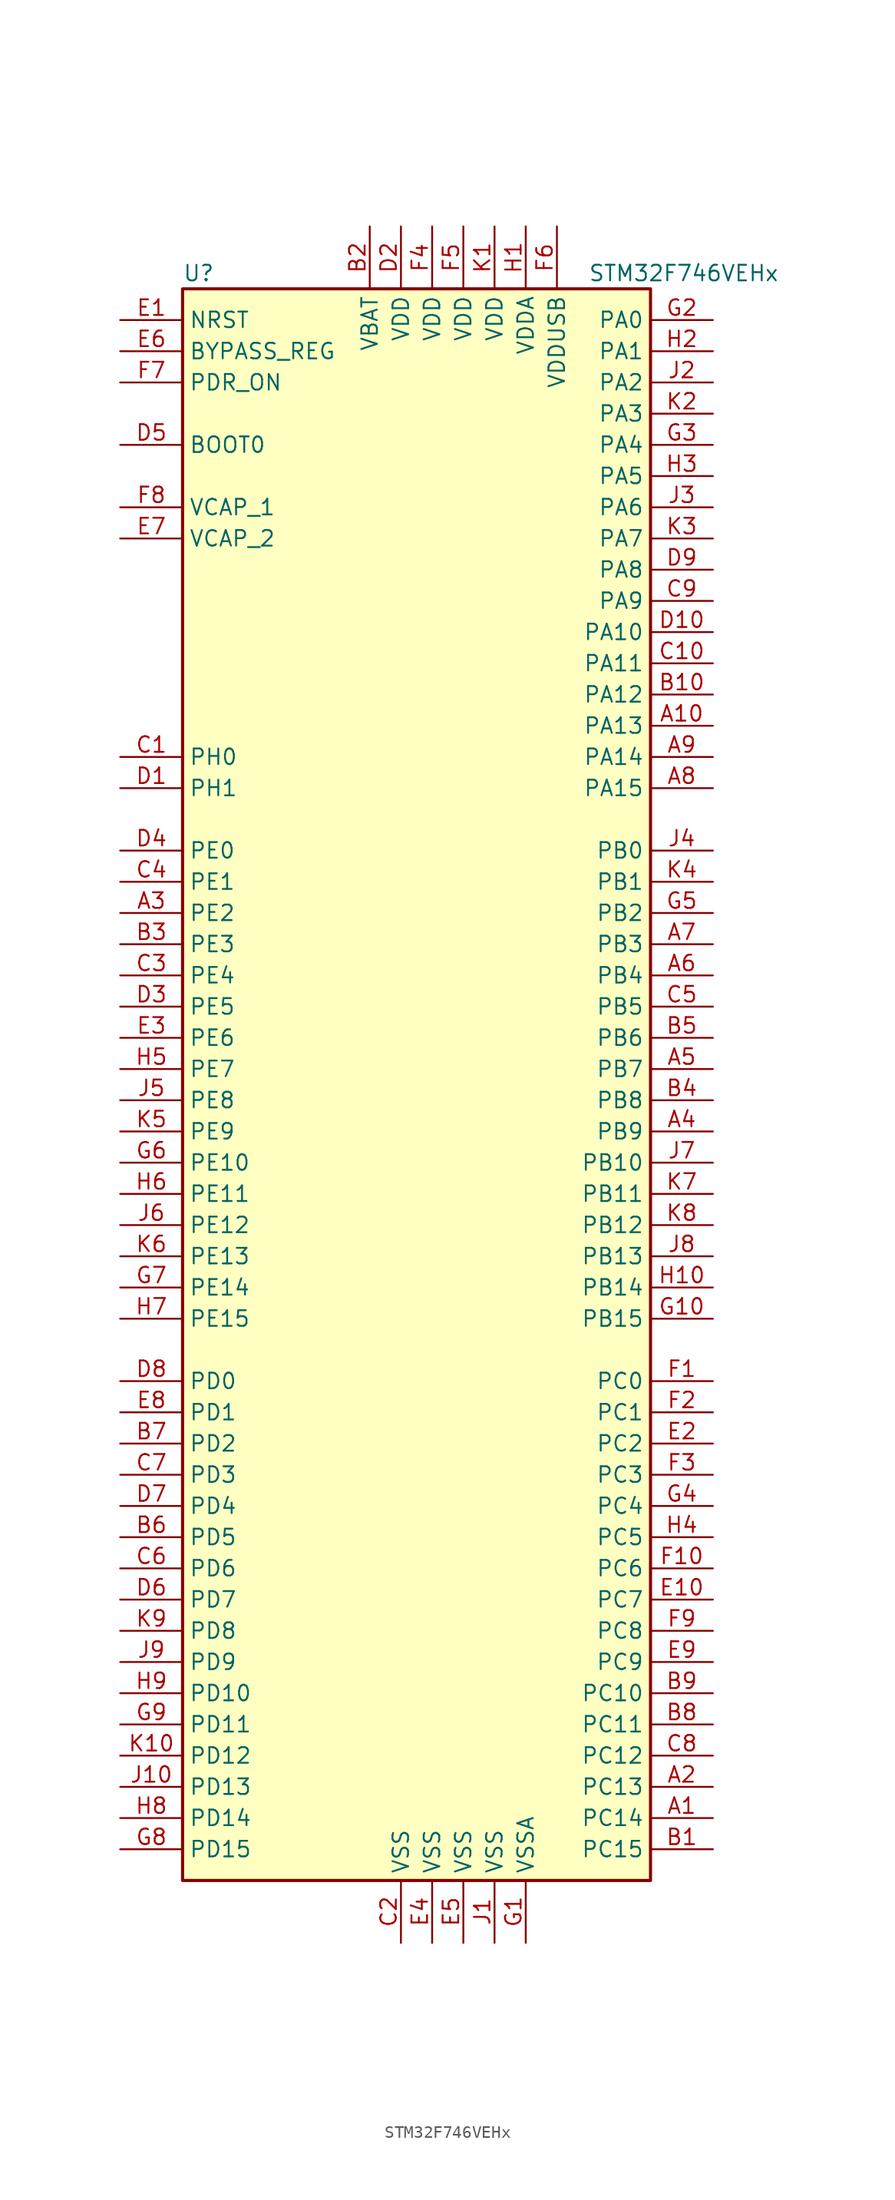
<source format=kicad_sym>
(kicad_symbol_lib
  (version 20201005)
  (generator kicad_symbol_editor)
  (symbol "STM32F746VEHx"
    (property "Reference" "U"
      (at -20.32 64.77 0)
      (effects (font (size 1.27 1.27)) (justify left)))
    (property "Value" "STM32F746VEHx"
      (at 12.7 64.77 0)
      (effects (font (size 1.27 1.27)) (justify left)))
    (symbol "STM32F746VEHx_0_1"
      (rectangle (start -20.32 -66.04) (end 17.78 63.5) (stroke (width 0.254)) (fill (type background))))
    (symbol "STM32F746VEHx_1_1"
      (pin input line (at -25.4 50.8 0) (length 5.08) (name "BOOT0" (effects (font (size 1.27 1.27)))) (number "D5" (effects (font (size 1.27 1.27)))))
      (pin input line (at -25.4 58.42 0) (length 5.08) (name "BYPASS_REG" (effects (font (size 1.27 1.27)))) (number "E6" (effects (font (size 1.27 1.27)))))
      (pin input line (at -25.4 60.96 0) (length 5.08) (name "NRST" (effects (font (size 1.27 1.27)))) (number "E1" (effects (font (size 1.27 1.27)))))
      (pin bidirectional line (at 22.86 60.96 180) (length 5.08) (name "PA0" (effects (font (size 1.27 1.27)))) (number "G2" (effects (font (size 1.27 1.27)))))
      (pin bidirectional line (at 22.86 58.42 180) (length 5.08) (name "PA1" (effects (font (size 1.27 1.27)))) (number "H2" (effects (font (size 1.27 1.27)))))
      (pin bidirectional line (at 22.86 35.56 180) (length 5.08) (name "PA10" (effects (font (size 1.27 1.27)))) (number "D10" (effects (font (size 1.27 1.27)))))
      (pin bidirectional line (at 22.86 33.02 180) (length 5.08) (name "PA11" (effects (font (size 1.27 1.27)))) (number "C10" (effects (font (size 1.27 1.27)))))
      (pin bidirectional line (at 22.86 30.48 180) (length 5.08) (name "PA12" (effects (font (size 1.27 1.27)))) (number "B10" (effects (font (size 1.27 1.27)))))
      (pin bidirectional line (at 22.86 27.94 180) (length 5.08) (name "PA13" (effects (font (size 1.27 1.27)))) (number "A10" (effects (font (size 1.27 1.27)))))
      (pin bidirectional line (at 22.86 25.4 180) (length 5.08) (name "PA14" (effects (font (size 1.27 1.27)))) (number "A9" (effects (font (size 1.27 1.27)))))
      (pin bidirectional line (at 22.86 22.86 180) (length 5.08) (name "PA15" (effects (font (size 1.27 1.27)))) (number "A8" (effects (font (size 1.27 1.27)))))
      (pin bidirectional line (at 22.86 55.88 180) (length 5.08) (name "PA2" (effects (font (size 1.27 1.27)))) (number "J2" (effects (font (size 1.27 1.27)))))
      (pin bidirectional line (at 22.86 53.34 180) (length 5.08) (name "PA3" (effects (font (size 1.27 1.27)))) (number "K2" (effects (font (size 1.27 1.27)))))
      (pin bidirectional line (at 22.86 50.8 180) (length 5.08) (name "PA4" (effects (font (size 1.27 1.27)))) (number "G3" (effects (font (size 1.27 1.27)))))
      (pin bidirectional line (at 22.86 48.26 180) (length 5.08) (name "PA5" (effects (font (size 1.27 1.27)))) (number "H3" (effects (font (size 1.27 1.27)))))
      (pin bidirectional line (at 22.86 45.72 180) (length 5.08) (name "PA6" (effects (font (size 1.27 1.27)))) (number "J3" (effects (font (size 1.27 1.27)))))
      (pin bidirectional line (at 22.86 43.18 180) (length 5.08) (name "PA7" (effects (font (size 1.27 1.27)))) (number "K3" (effects (font (size 1.27 1.27)))))
      (pin bidirectional line (at 22.86 40.64 180) (length 5.08) (name "PA8" (effects (font (size 1.27 1.27)))) (number "D9" (effects (font (size 1.27 1.27)))))
      (pin bidirectional line (at 22.86 38.1 180) (length 5.08) (name "PA9" (effects (font (size 1.27 1.27)))) (number "C9" (effects (font (size 1.27 1.27)))))
      (pin bidirectional line (at 22.86 17.78 180) (length 5.08) (name "PB0" (effects (font (size 1.27 1.27)))) (number "J4" (effects (font (size 1.27 1.27)))))
      (pin bidirectional line (at 22.86 15.24 180) (length 5.08) (name "PB1" (effects (font (size 1.27 1.27)))) (number "K4" (effects (font (size 1.27 1.27)))))
      (pin bidirectional line (at 22.86 -7.62 180) (length 5.08) (name "PB10" (effects (font (size 1.27 1.27)))) (number "J7" (effects (font (size 1.27 1.27)))))
      (pin bidirectional line (at 22.86 -10.16 180) (length 5.08) (name "PB11" (effects (font (size 1.27 1.27)))) (number "K7" (effects (font (size 1.27 1.27)))))
      (pin bidirectional line (at 22.86 -12.7 180) (length 5.08) (name "PB12" (effects (font (size 1.27 1.27)))) (number "K8" (effects (font (size 1.27 1.27)))))
      (pin bidirectional line (at 22.86 -15.24 180) (length 5.08) (name "PB13" (effects (font (size 1.27 1.27)))) (number "J8" (effects (font (size 1.27 1.27)))))
      (pin bidirectional line (at 22.86 -17.78 180) (length 5.08) (name "PB14" (effects (font (size 1.27 1.27)))) (number "H10" (effects (font (size 1.27 1.27)))))
      (pin bidirectional line (at 22.86 -20.32 180) (length 5.08) (name "PB15" (effects (font (size 1.27 1.27)))) (number "G10" (effects (font (size 1.27 1.27)))))
      (pin bidirectional line (at 22.86 12.7 180) (length 5.08) (name "PB2" (effects (font (size 1.27 1.27)))) (number "G5" (effects (font (size 1.27 1.27)))))
      (pin bidirectional line (at 22.86 10.16 180) (length 5.08) (name "PB3" (effects (font (size 1.27 1.27)))) (number "A7" (effects (font (size 1.27 1.27)))))
      (pin bidirectional line (at 22.86 7.62 180) (length 5.08) (name "PB4" (effects (font (size 1.27 1.27)))) (number "A6" (effects (font (size 1.27 1.27)))))
      (pin bidirectional line (at 22.86 5.08 180) (length 5.08) (name "PB5" (effects (font (size 1.27 1.27)))) (number "C5" (effects (font (size 1.27 1.27)))))
      (pin bidirectional line (at 22.86 2.54 180) (length 5.08) (name "PB6" (effects (font (size 1.27 1.27)))) (number "B5" (effects (font (size 1.27 1.27)))))
      (pin bidirectional line (at 22.86 0 180) (length 5.08) (name "PB7" (effects (font (size 1.27 1.27)))) (number "A5" (effects (font (size 1.27 1.27)))))
      (pin bidirectional line (at 22.86 -2.54 180) (length 5.08) (name "PB8" (effects (font (size 1.27 1.27)))) (number "B4" (effects (font (size 1.27 1.27)))))
      (pin bidirectional line (at 22.86 -5.08 180) (length 5.08) (name "PB9" (effects (font (size 1.27 1.27)))) (number "A4" (effects (font (size 1.27 1.27)))))
      (pin bidirectional line (at 22.86 -25.4 180) (length 5.08) (name "PC0" (effects (font (size 1.27 1.27)))) (number "F1" (effects (font (size 1.27 1.27)))))
      (pin bidirectional line (at 22.86 -27.94 180) (length 5.08) (name "PC1" (effects (font (size 1.27 1.27)))) (number "F2" (effects (font (size 1.27 1.27)))))
      (pin bidirectional line (at 22.86 -50.8 180) (length 5.08) (name "PC10" (effects (font (size 1.27 1.27)))) (number "B9" (effects (font (size 1.27 1.27)))))
      (pin bidirectional line (at 22.86 -53.34 180) (length 5.08) (name "PC11" (effects (font (size 1.27 1.27)))) (number "B8" (effects (font (size 1.27 1.27)))))
      (pin bidirectional line (at 22.86 -55.88 180) (length 5.08) (name "PC12" (effects (font (size 1.27 1.27)))) (number "C8" (effects (font (size 1.27 1.27)))))
      (pin bidirectional line (at 22.86 -58.42 180) (length 5.08) (name "PC13" (effects (font (size 1.27 1.27)))) (number "A2" (effects (font (size 1.27 1.27)))))
      (pin bidirectional line (at 22.86 -60.96 180) (length 5.08) (name "PC14" (effects (font (size 1.27 1.27)))) (number "A1" (effects (font (size 1.27 1.27)))))
      (pin bidirectional line (at 22.86 -63.5 180) (length 5.08) (name "PC15" (effects (font (size 1.27 1.27)))) (number "B1" (effects (font (size 1.27 1.27)))))
      (pin bidirectional line (at 22.86 -30.48 180) (length 5.08) (name "PC2" (effects (font (size 1.27 1.27)))) (number "E2" (effects (font (size 1.27 1.27)))))
      (pin bidirectional line (at 22.86 -33.02 180) (length 5.08) (name "PC3" (effects (font (size 1.27 1.27)))) (number "F3" (effects (font (size 1.27 1.27)))))
      (pin bidirectional line (at 22.86 -35.56 180) (length 5.08) (name "PC4" (effects (font (size 1.27 1.27)))) (number "G4" (effects (font (size 1.27 1.27)))))
      (pin bidirectional line (at 22.86 -38.1 180) (length 5.08) (name "PC5" (effects (font (size 1.27 1.27)))) (number "H4" (effects (font (size 1.27 1.27)))))
      (pin bidirectional line (at 22.86 -40.64 180) (length 5.08) (name "PC6" (effects (font (size 1.27 1.27)))) (number "F10" (effects (font (size 1.27 1.27)))))
      (pin bidirectional line (at 22.86 -43.18 180) (length 5.08) (name "PC7" (effects (font (size 1.27 1.27)))) (number "E10" (effects (font (size 1.27 1.27)))))
      (pin bidirectional line (at 22.86 -45.72 180) (length 5.08) (name "PC8" (effects (font (size 1.27 1.27)))) (number "F9" (effects (font (size 1.27 1.27)))))
      (pin bidirectional line (at 22.86 -48.26 180) (length 5.08) (name "PC9" (effects (font (size 1.27 1.27)))) (number "E9" (effects (font (size 1.27 1.27)))))
      (pin bidirectional line (at -25.4 -25.4 0) (length 5.08) (name "PD0" (effects (font (size 1.27 1.27)))) (number "D8" (effects (font (size 1.27 1.27)))))
      (pin bidirectional line (at -25.4 -27.94 0) (length 5.08) (name "PD1" (effects (font (size 1.27 1.27)))) (number "E8" (effects (font (size 1.27 1.27)))))
      (pin bidirectional line (at -25.4 -50.8 0) (length 5.08) (name "PD10" (effects (font (size 1.27 1.27)))) (number "H9" (effects (font (size 1.27 1.27)))))
      (pin bidirectional line (at -25.4 -53.34 0) (length 5.08) (name "PD11" (effects (font (size 1.27 1.27)))) (number "G9" (effects (font (size 1.27 1.27)))))
      (pin bidirectional line (at -25.4 -55.88 0) (length 5.08) (name "PD12" (effects (font (size 1.27 1.27)))) (number "K10" (effects (font (size 1.27 1.27)))))
      (pin bidirectional line (at -25.4 -58.42 0) (length 5.08) (name "PD13" (effects (font (size 1.27 1.27)))) (number "J10" (effects (font (size 1.27 1.27)))))
      (pin bidirectional line (at -25.4 -60.96 0) (length 5.08) (name "PD14" (effects (font (size 1.27 1.27)))) (number "H8" (effects (font (size 1.27 1.27)))))
      (pin bidirectional line (at -25.4 -63.5 0) (length 5.08) (name "PD15" (effects (font (size 1.27 1.27)))) (number "G8" (effects (font (size 1.27 1.27)))))
      (pin bidirectional line (at -25.4 -30.48 0) (length 5.08) (name "PD2" (effects (font (size 1.27 1.27)))) (number "B7" (effects (font (size 1.27 1.27)))))
      (pin bidirectional line (at -25.4 -33.02 0) (length 5.08) (name "PD3" (effects (font (size 1.27 1.27)))) (number "C7" (effects (font (size 1.27 1.27)))))
      (pin bidirectional line (at -25.4 -35.56 0) (length 5.08) (name "PD4" (effects (font (size 1.27 1.27)))) (number "D7" (effects (font (size 1.27 1.27)))))
      (pin bidirectional line (at -25.4 -38.1 0) (length 5.08) (name "PD5" (effects (font (size 1.27 1.27)))) (number "B6" (effects (font (size 1.27 1.27)))))
      (pin bidirectional line (at -25.4 -40.64 0) (length 5.08) (name "PD6" (effects (font (size 1.27 1.27)))) (number "C6" (effects (font (size 1.27 1.27)))))
      (pin bidirectional line (at -25.4 -43.18 0) (length 5.08) (name "PD7" (effects (font (size 1.27 1.27)))) (number "D6" (effects (font (size 1.27 1.27)))))
      (pin bidirectional line (at -25.4 -45.72 0) (length 5.08) (name "PD8" (effects (font (size 1.27 1.27)))) (number "K9" (effects (font (size 1.27 1.27)))))
      (pin bidirectional line (at -25.4 -48.26 0) (length 5.08) (name "PD9" (effects (font (size 1.27 1.27)))) (number "J9" (effects (font (size 1.27 1.27)))))
      (pin input line (at -25.4 55.88 0) (length 5.08) (name "PDR_ON" (effects (font (size 1.27 1.27)))) (number "F7" (effects (font (size 1.27 1.27)))))
      (pin bidirectional line (at -25.4 17.78 0) (length 5.08) (name "PE0" (effects (font (size 1.27 1.27)))) (number "D4" (effects (font (size 1.27 1.27)))))
      (pin bidirectional line (at -25.4 15.24 0) (length 5.08) (name "PE1" (effects (font (size 1.27 1.27)))) (number "C4" (effects (font (size 1.27 1.27)))))
      (pin bidirectional line (at -25.4 -7.62 0) (length 5.08) (name "PE10" (effects (font (size 1.27 1.27)))) (number "G6" (effects (font (size 1.27 1.27)))))
      (pin bidirectional line (at -25.4 -10.16 0) (length 5.08) (name "PE11" (effects (font (size 1.27 1.27)))) (number "H6" (effects (font (size 1.27 1.27)))))
      (pin bidirectional line (at -25.4 -12.7 0) (length 5.08) (name "PE12" (effects (font (size 1.27 1.27)))) (number "J6" (effects (font (size 1.27 1.27)))))
      (pin bidirectional line (at -25.4 -15.24 0) (length 5.08) (name "PE13" (effects (font (size 1.27 1.27)))) (number "K6" (effects (font (size 1.27 1.27)))))
      (pin bidirectional line (at -25.4 -17.78 0) (length 5.08) (name "PE14" (effects (font (size 1.27 1.27)))) (number "G7" (effects (font (size 1.27 1.27)))))
      (pin bidirectional line (at -25.4 -20.32 0) (length 5.08) (name "PE15" (effects (font (size 1.27 1.27)))) (number "H7" (effects (font (size 1.27 1.27)))))
      (pin bidirectional line (at -25.4 12.7 0) (length 5.08) (name "PE2" (effects (font (size 1.27 1.27)))) (number "A3" (effects (font (size 1.27 1.27)))))
      (pin bidirectional line (at -25.4 10.16 0) (length 5.08) (name "PE3" (effects (font (size 1.27 1.27)))) (number "B3" (effects (font (size 1.27 1.27)))))
      (pin bidirectional line (at -25.4 7.62 0) (length 5.08) (name "PE4" (effects (font (size 1.27 1.27)))) (number "C3" (effects (font (size 1.27 1.27)))))
      (pin bidirectional line (at -25.4 5.08 0) (length 5.08) (name "PE5" (effects (font (size 1.27 1.27)))) (number "D3" (effects (font (size 1.27 1.27)))))
      (pin bidirectional line (at -25.4 2.54 0) (length 5.08) (name "PE6" (effects (font (size 1.27 1.27)))) (number "E3" (effects (font (size 1.27 1.27)))))
      (pin bidirectional line (at -25.4 0 0) (length 5.08) (name "PE7" (effects (font (size 1.27 1.27)))) (number "H5" (effects (font (size 1.27 1.27)))))
      (pin bidirectional line (at -25.4 -2.54 0) (length 5.08) (name "PE8" (effects (font (size 1.27 1.27)))) (number "J5" (effects (font (size 1.27 1.27)))))
      (pin bidirectional line (at -25.4 -5.08 0) (length 5.08) (name "PE9" (effects (font (size 1.27 1.27)))) (number "K5" (effects (font (size 1.27 1.27)))))
      (pin input line (at -25.4 25.4 0) (length 5.08) (name "PH0" (effects (font (size 1.27 1.27)))) (number "C1" (effects (font (size 1.27 1.27)))))
      (pin input line (at -25.4 22.86 0) (length 5.08) (name "PH1" (effects (font (size 1.27 1.27)))) (number "D1" (effects (font (size 1.27 1.27)))))
      (pin power_in line (at -5.08 68.58 270) (length 5.08) (name "VBAT" (effects (font (size 1.27 1.27)))) (number "B2" (effects (font (size 1.27 1.27)))))
      (pin power_in line (at -25.4 45.72 0) (length 5.08) (name "VCAP_1" (effects (font (size 1.27 1.27)))) (number "F8" (effects (font (size 1.27 1.27)))))
      (pin power_in line (at -25.4 43.18 0) (length 5.08) (name "VCAP_2" (effects (font (size 1.27 1.27)))) (number "E7" (effects (font (size 1.27 1.27)))))
      (pin power_in line (at -2.54 68.58 270) (length 5.08) (name "VDD" (effects (font (size 1.27 1.27)))) (number "D2" (effects (font (size 1.27 1.27)))))
      (pin power_in line (at 0 68.58 270) (length 5.08) (name "VDD" (effects (font (size 1.27 1.27)))) (number "F4" (effects (font (size 1.27 1.27)))))
      (pin power_in line (at 2.54 68.58 270) (length 5.08) (name "VDD" (effects (font (size 1.27 1.27)))) (number "F5" (effects (font (size 1.27 1.27)))))
      (pin power_in line (at 5.08 68.58 270) (length 5.08) (name "VDD" (effects (font (size 1.27 1.27)))) (number "K1" (effects (font (size 1.27 1.27)))))
      (pin power_in line (at 7.62 68.58 270) (length 5.08) (name "VDDA" (effects (font (size 1.27 1.27)))) (number "H1" (effects (font (size 1.27 1.27)))))
      (pin power_in line (at 10.16 68.58 270) (length 5.08) (name "VDDUSB" (effects (font (size 1.27 1.27)))) (number "F6" (effects (font (size 1.27 1.27)))))
      (pin power_in line (at -2.54 -71.12 90) (length 5.08) (name "VSS" (effects (font (size 1.27 1.27)))) (number "C2" (effects (font (size 1.27 1.27)))))
      (pin power_in line (at 0 -71.12 90) (length 5.08) (name "VSS" (effects (font (size 1.27 1.27)))) (number "E4" (effects (font (size 1.27 1.27)))))
      (pin power_in line (at 2.54 -71.12 90) (length 5.08) (name "VSS" (effects (font (size 1.27 1.27)))) (number "E5" (effects (font (size 1.27 1.27)))))
      (pin power_in line (at 5.08 -71.12 90) (length 5.08) (name "VSS" (effects (font (size 1.27 1.27)))) (number "J1" (effects (font (size 1.27 1.27)))))
      (pin power_in line (at 7.62 -71.12 90) (length 5.08) (name "VSSA" (effects (font (size 1.27 1.27)))) (number "G1" (effects (font (size 1.27 1.27))))))))
</source>
